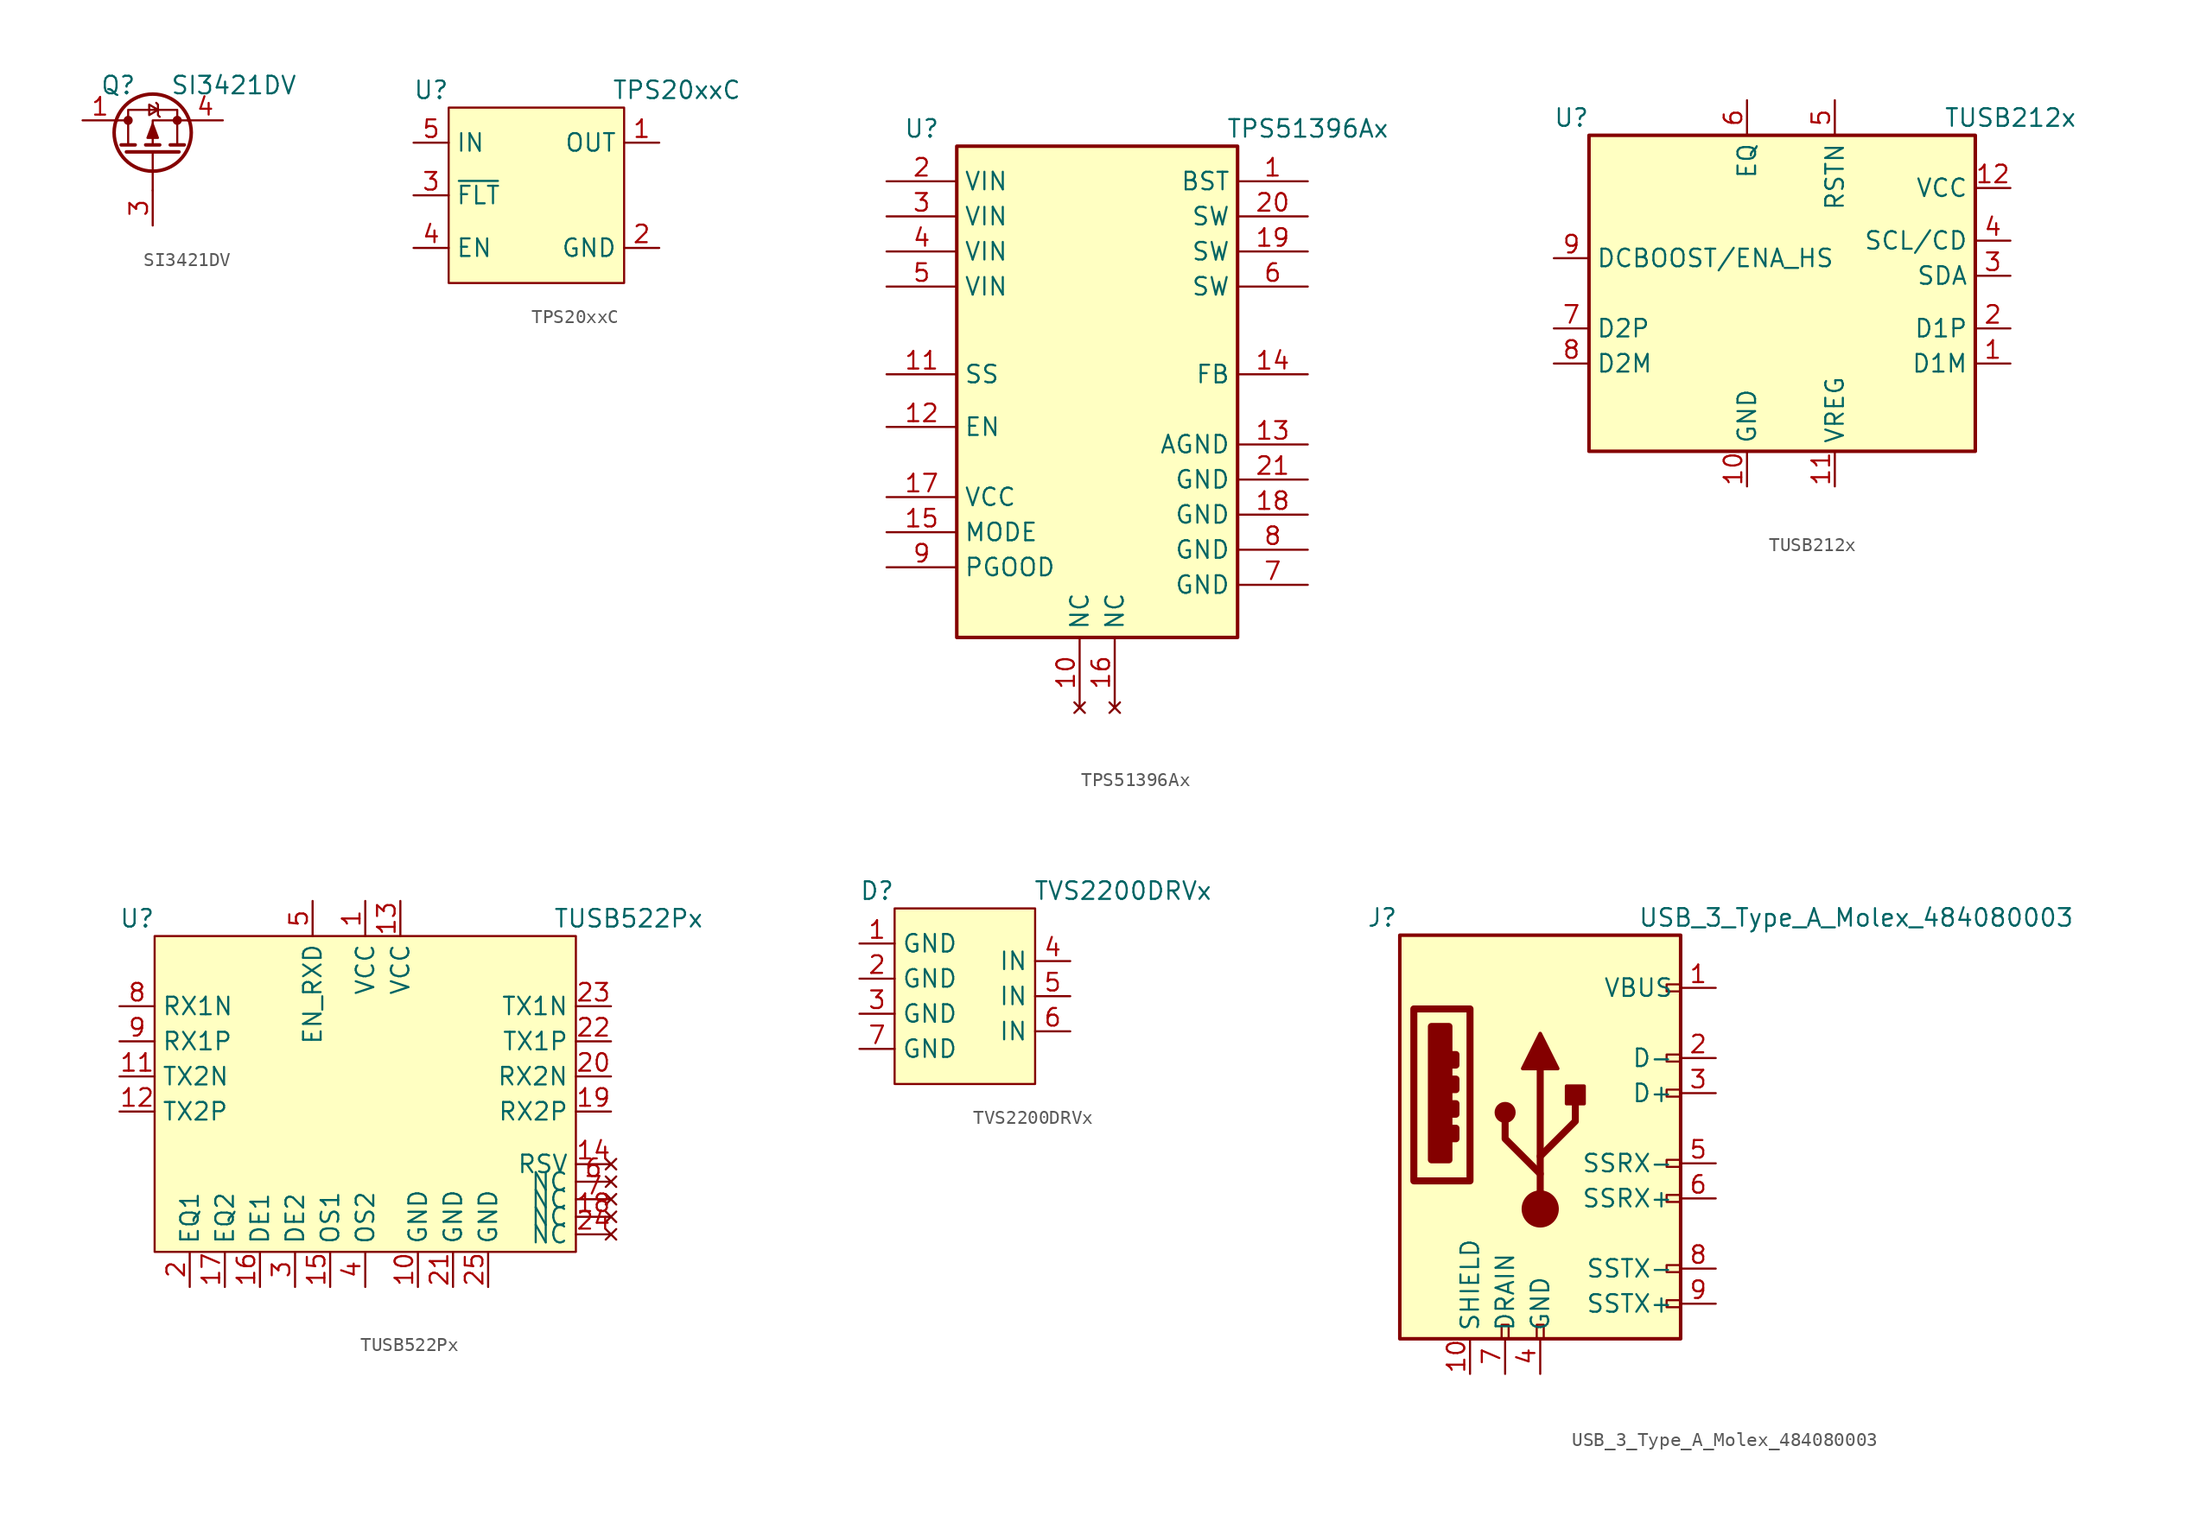
<source format=kicad_sym>
(kicad_symbol_lib
  (version 20220914)
  (generator kicad_symbol_editor)
  (symbol "SI3421DV"
    (pin_names
      (offset 0) hide)
    (property "Reference" "Q"
      (at -3.81 2.54 0)
      (effects (font (size 1.27 1.27)) (justify left)))
    (property "Value" "SI3421DV"
      (at 1.27 2.54 0)
      (effects (font (size 1.27 1.27)) (justify left)))
    (symbol "SI3421DV_0_1"
      (circle (center -1.778 0) (radius 0.254) (stroke (width 0) (type solid)) (fill (type outline)))
      (circle (center 0 -0.889) (radius 2.794) (stroke (width 0.254) (type solid)) (fill (type none)))
      (polyline (pts (xy -2.54 0) (xy -1.778 0)) (stroke (width 0) (type solid)) (fill (type none)))
      (polyline (pts (xy -2.286 -1.778) (xy -1.27 -1.778)) (stroke (width 0.254) (type solid)) (fill (type none)))
      (polyline (pts (xy -1.905 -2.286) (xy 1.905 -2.286)) (stroke (width 0.254) (type solid)) (fill (type none)))
      (polyline (pts (xy -0.508 -1.778) (xy 0.508 -1.778)) (stroke (width 0.254) (type solid)) (fill (type none)))
      (polyline (pts (xy 0 -2.286) (xy 0 -5.08)) (stroke (width 0) (type solid)) (fill (type none)))
      (polyline (pts (xy 1.27 -1.778) (xy 2.286 -1.778)) (stroke (width 0.254) (type solid)) (fill (type none)))
      (polyline (pts (xy 2.54 0) (xy 0 0) (xy 0 -1.778)) (stroke (width 0) (type solid)) (fill (type none)))
      (polyline (pts (xy -1.778 -1.778) (xy -1.778 0.762) (xy 1.778 0.762) (xy 1.778 -1.778)) (stroke (width 0) (type solid)) (fill (type none)))
      (polyline (pts (xy 0 -0.254) (xy -0.381 -1.27) (xy 0.381 -1.27) (xy 0 -0.254)) (stroke (width 0) (type solid)) (fill (type outline)))
      (polyline (pts (xy 0.381 0.762) (xy -0.254 0.381) (xy -0.254 1.143) (xy 0.381 0.762)) (stroke (width 0) (type solid)) (fill (type none)))
      (polyline (pts (xy 0.508 0.254) (xy 0.381 0.381) (xy 0.381 1.143) (xy 0.254 1.27)) (stroke (width 0) (type solid)) (fill (type none)))
      (circle (center 1.778 0) (radius 0.254) (stroke (width 0) (type solid)) (fill (type outline))))
    (symbol "SI3421DV_1_1"
      (pin passive line (at -5.08 0 0) (length 2.54) (name "D" (effects (font (size 1.27 1.27)))) (number "1" (effects (font (size 1.27 1.27)))))
      (pin passive line (at -5.08 0 0) (length 2.54) hide (name "D1" (effects (font (size 1.27 1.27)))) (number "2" (effects (font (size 1.27 1.27)))))
      (pin input line (at 0 -7.62 90) (length 2.54) (name "G" (effects (font (size 1.27 1.27)))) (number "3" (effects (font (size 1.27 1.27)))))
      (pin passive line (at 5.08 0 180) (length 2.54) (name "S" (effects (font (size 1.27 1.27)))) (number "4" (effects (font (size 1.27 1.27)))))
      (pin passive line (at -5.08 0 0) (length 2.54) hide (name "D2" (effects (font (size 1.27 1.27)))) (number "5" (effects (font (size 1.27 1.27)))))
      (pin passive line (at -5.08 0 0) (length 2.54) hide (name "D3" (effects (font (size 1.27 1.27)))) (number "6" (effects (font (size 1.27 1.27)))))))
  (symbol "TPS20xxC"
    (property "Reference" "U"
      (at -7.62 7.62 0)
      (effects (font (size 1.27 1.27))))
    (property "Value" "TPS20xxC"
      (at 10.16 7.62 0)
      (effects (font (size 1.27 1.27))))
    (symbol "TPS20xxC_1_1"
      (rectangle (start -6.35 6.35) (end 6.35 -6.35) (stroke (width 0) (type default)) (fill (type background)))
      (pin power_out line (at 8.89 3.81 180) (length 2.54) (name "OUT" (effects (font (size 1.27 1.27)))) (number "1" (effects (font (size 1.27 1.27)))))
      (pin power_in line (at 8.89 -3.81 180) (length 2.54) (name "GND" (effects (font (size 1.27 1.27)))) (number "2" (effects (font (size 1.27 1.27)))))
      (pin output line (at -8.89 0 0) (length 2.54) (name "~{FLT}" (effects (font (size 1.27 1.27)))) (number "3" (effects (font (size 1.27 1.27)))))
      (pin input line (at -8.89 -3.81 0) (length 2.54) (name "EN" (effects (font (size 1.27 1.27)))) (number "4" (effects (font (size 1.27 1.27)))))
      (pin power_in line (at -8.89 3.81 0) (length 2.54) (name "IN" (effects (font (size 1.27 1.27)))) (number "5" (effects (font (size 1.27 1.27)))))))
  (symbol "TPS51396Ax"
    (property "Reference" "U"
      (at -12.7 19.05 0)
      (effects (font (size 1.27 1.27))))
    (property "Value" "TPS51396Ax"
      (at 15.24 19.05 0)
      (effects (font (size 1.27 1.27))))
    (symbol "TPS51396Ax_1_1"
      (rectangle (start -10.16 17.78) (end 10.16 -17.78) (stroke (width 0.254) (type default)) (fill (type background)))
      (pin input line (at 15.24 15.24 180) (length 5.08) (name "BST" (effects (font (size 1.27 1.27)))) (number "1" (effects (font (size 1.27 1.27)))))
      (pin no_connect line (at -1.27 -22.86 90) (length 5.08) (name "NC" (effects (font (size 1.27 1.27)))) (number "10" (effects (font (size 1.27 1.27)))))
      (pin input line (at -15.24 1.27 0) (length 5.08) (name "SS" (effects (font (size 1.27 1.27)))) (number "11" (effects (font (size 1.27 1.27)))))
      (pin input line (at -15.24 -2.54 0) (length 5.08) (name "EN" (effects (font (size 1.27 1.27)))) (number "12" (effects (font (size 1.27 1.27)))))
      (pin power_in line (at 15.24 -3.81 180) (length 5.08) (name "AGND" (effects (font (size 1.27 1.27)))) (number "13" (effects (font (size 1.27 1.27)))))
      (pin input line (at 15.24 1.27 180) (length 5.08) (name "FB" (effects (font (size 1.27 1.27)))) (number "14" (effects (font (size 1.27 1.27)))))
      (pin input line (at -15.24 -10.16 0) (length 5.08) (name "MODE" (effects (font (size 1.27 1.27)))) (number "15" (effects (font (size 1.27 1.27)))))
      (pin no_connect line (at 1.27 -22.86 90) (length 5.08) (name "NC" (effects (font (size 1.27 1.27)))) (number "16" (effects (font (size 1.27 1.27)))))
      (pin power_out line (at -15.24 -7.62 0) (length 5.08) (name "VCC" (effects (font (size 1.27 1.27)))) (number "17" (effects (font (size 1.27 1.27)))))
      (pin power_in line (at 15.24 -8.89 180) (length 5.08) (name "GND" (effects (font (size 1.27 1.27)))) (number "18" (effects (font (size 1.27 1.27)))))
      (pin output line (at 15.24 10.16 180) (length 5.08) (name "SW" (effects (font (size 1.27 1.27)))) (number "19" (effects (font (size 1.27 1.27)))))
      (pin power_in line (at -15.24 15.24 0) (length 5.08) (name "VIN" (effects (font (size 1.27 1.27)))) (number "2" (effects (font (size 1.27 1.27)))))
      (pin output line (at 15.24 12.7 180) (length 5.08) (name "SW" (effects (font (size 1.27 1.27)))) (number "20" (effects (font (size 1.27 1.27)))))
      (pin power_in line (at 15.24 -6.35 180) (length 5.08) (name "GND" (effects (font (size 1.27 1.27)))) (number "21" (effects (font (size 1.27 1.27)))))
      (pin power_in line (at -15.24 12.7 0) (length 5.08) (name "VIN" (effects (font (size 1.27 1.27)))) (number "3" (effects (font (size 1.27 1.27)))))
      (pin power_in line (at -15.24 10.16 0) (length 5.08) (name "VIN" (effects (font (size 1.27 1.27)))) (number "4" (effects (font (size 1.27 1.27)))))
      (pin power_in line (at -15.24 7.62 0) (length 5.08) (name "VIN" (effects (font (size 1.27 1.27)))) (number "5" (effects (font (size 1.27 1.27)))))
      (pin output line (at 15.24 7.62 180) (length 5.08) (name "SW" (effects (font (size 1.27 1.27)))) (number "6" (effects (font (size 1.27 1.27)))))
      (pin power_in line (at 15.24 -13.97 180) (length 5.08) (name "GND" (effects (font (size 1.27 1.27)))) (number "7" (effects (font (size 1.27 1.27)))))
      (pin power_in line (at 15.24 -11.43 180) (length 5.08) (name "GND" (effects (font (size 1.27 1.27)))) (number "8" (effects (font (size 1.27 1.27)))))
      (pin output line (at -15.24 -12.7 0) (length 5.08) (name "PGOOD" (effects (font (size 1.27 1.27)))) (number "9" (effects (font (size 1.27 1.27)))))))
  (symbol "TUSB212x"
    (property "Reference" "U"
      (at -15.24 12.7 0)
      (effects (font (size 1.27 1.27))))
    (property "Value" "TUSB212x"
      (at 16.51 12.7 0)
      (effects (font (size 1.27 1.27))))
    (symbol "TUSB212x_1_1"
      (rectangle (start -13.97 11.43) (end 13.97 -11.43) (stroke (width 0.254) (type default)) (fill (type background)))
      (pin bidirectional line (at 16.51 -5.08 180) (length 2.54) (name "D1M" (effects (font (size 1.27 1.27)))) (number "1" (effects (font (size 1.27 1.27)))))
      (pin power_in line (at -2.54 -13.97 90) (length 2.54) (name "GND" (effects (font (size 1.27 1.27)))) (number "10" (effects (font (size 1.27 1.27)))))
      (pin output line (at 3.81 -13.97 90) (length 2.54) (name "VREG" (effects (font (size 1.27 1.27)))) (number "11" (effects (font (size 1.27 1.27)))))
      (pin power_in line (at 16.51 7.62 180) (length 2.54) (name "VCC" (effects (font (size 1.27 1.27)))) (number "12" (effects (font (size 1.27 1.27)))))
      (pin bidirectional line (at 16.51 -2.54 180) (length 2.54) (name "D1P" (effects (font (size 1.27 1.27)))) (number "2" (effects (font (size 1.27 1.27)))))
      (pin bidirectional line (at 16.51 1.27 180) (length 2.54) (name "SDA" (effects (font (size 1.27 1.27)))) (number "3" (effects (font (size 1.27 1.27)))))
      (pin bidirectional line (at 16.51 3.81 180) (length 2.54) (name "SCL/CD" (effects (font (size 1.27 1.27)))) (number "4" (effects (font (size 1.27 1.27)))))
      (pin input line (at 3.81 13.97 270) (length 2.54) (name "RSTN" (effects (font (size 1.27 1.27)))) (number "5" (effects (font (size 1.27 1.27)))))
      (pin input line (at -2.54 13.97 270) (length 2.54) (name "EQ" (effects (font (size 1.27 1.27)))) (number "6" (effects (font (size 1.27 1.27)))))
      (pin bidirectional line (at -16.51 -2.54 0) (length 2.54) (name "D2P" (effects (font (size 1.27 1.27)))) (number "7" (effects (font (size 1.27 1.27)))))
      (pin bidirectional line (at -16.51 -5.08 0) (length 2.54) (name "D2M" (effects (font (size 1.27 1.27)))) (number "8" (effects (font (size 1.27 1.27)))))
      (pin bidirectional line (at -16.51 2.54 0) (length 2.54) (name "DCBOOST/ENA_HS" (effects (font (size 1.27 1.27)))) (number "9" (effects (font (size 1.27 1.27)))))))
  (symbol "TUSB522Px"
    (property "Reference" "U"
      (at -16.51 12.7 0)
      (effects (font (size 1.27 1.27))))
    (property "Value" "TUSB522Px"
      (at 19.05 12.7 0)
      (effects (font (size 1.27 1.27))))
    (symbol "TUSB522Px_1_1"
      (rectangle (start -15.24 11.43) (end 15.24 -11.43) (stroke (width 0) (type default)) (fill (type background)))
      (pin power_in line (at 0 13.97 270) (length 2.54) (name "VCC" (effects (font (size 1.27 1.27)))) (number "1" (effects (font (size 1.27 1.27)))))
      (pin power_in line (at 3.81 -13.97 90) (length 2.54) (name "GND" (effects (font (size 1.27 1.27)))) (number "10" (effects (font (size 1.27 1.27)))))
      (pin output line (at -17.78 1.27 0) (length 2.54) (name "TX2N" (effects (font (size 1.27 1.27)))) (number "11" (effects (font (size 1.27 1.27)))))
      (pin output line (at -17.78 -1.27 0) (length 2.54) (name "TX2P" (effects (font (size 1.27 1.27)))) (number "12" (effects (font (size 1.27 1.27)))))
      (pin power_in line (at 2.54 13.97 270) (length 2.54) (name "VCC" (effects (font (size 1.27 1.27)))) (number "13" (effects (font (size 1.27 1.27)))))
      (pin no_connect line (at 17.78 -5.08 180) (length 2.54) (name "RSV" (effects (font (size 1.27 1.27)))) (number "14" (effects (font (size 1.27 1.27)))))
      (pin input line (at -2.54 -13.97 90) (length 2.54) (name "OS1" (effects (font (size 1.27 1.27)))) (number "15" (effects (font (size 1.27 1.27)))))
      (pin input line (at -7.62 -13.97 90) (length 2.54) (name "DE1" (effects (font (size 1.27 1.27)))) (number "16" (effects (font (size 1.27 1.27)))))
      (pin input line (at -10.16 -13.97 90) (length 2.54) (name "EQ2" (effects (font (size 1.27 1.27)))) (number "17" (effects (font (size 1.27 1.27)))))
      (pin no_connect line (at 17.78 -8.89 180) (length 2.54) (name "NC" (effects (font (size 1.27 1.27)))) (number "18" (effects (font (size 1.27 1.27)))))
      (pin input line (at 17.78 -1.27 180) (length 2.54) (name "RX2P" (effects (font (size 1.27 1.27)))) (number "19" (effects (font (size 1.27 1.27)))))
      (pin input line (at -12.7 -13.97 90) (length 2.54) (name "EQ1" (effects (font (size 1.27 1.27)))) (number "2" (effects (font (size 1.27 1.27)))))
      (pin input line (at 17.78 1.27 180) (length 2.54) (name "RX2N" (effects (font (size 1.27 1.27)))) (number "20" (effects (font (size 1.27 1.27)))))
      (pin power_in line (at 6.35 -13.97 90) (length 2.54) (name "GND" (effects (font (size 1.27 1.27)))) (number "21" (effects (font (size 1.27 1.27)))))
      (pin output line (at 17.78 3.81 180) (length 2.54) (name "TX1P" (effects (font (size 1.27 1.27)))) (number "22" (effects (font (size 1.27 1.27)))))
      (pin output line (at 17.78 6.35 180) (length 2.54) (name "TX1N" (effects (font (size 1.27 1.27)))) (number "23" (effects (font (size 1.27 1.27)))))
      (pin no_connect line (at 17.78 -10.16 180) (length 2.54) (name "NC" (effects (font (size 1.27 1.27)))) (number "24" (effects (font (size 1.27 1.27)))))
      (pin power_in line (at 8.89 -13.97 90) (length 2.54) (name "GND" (effects (font (size 1.27 1.27)))) (number "25" (effects (font (size 1.27 1.27)))))
      (pin input line (at -5.08 -13.97 90) (length 2.54) (name "DE2" (effects (font (size 1.27 1.27)))) (number "3" (effects (font (size 1.27 1.27)))))
      (pin input line (at 0 -13.97 90) (length 2.54) (name "OS2" (effects (font (size 1.27 1.27)))) (number "4" (effects (font (size 1.27 1.27)))))
      (pin input line (at -3.81 13.97 270) (length 2.54) (name "EN_RXD" (effects (font (size 1.27 1.27)))) (number "5" (effects (font (size 1.27 1.27)))))
      (pin no_connect line (at 17.78 -6.35 180) (length 2.54) (name "NC" (effects (font (size 1.27 1.27)))) (number "6" (effects (font (size 1.27 1.27)))))
      (pin no_connect line (at 17.78 -7.62 180) (length 2.54) (name "NC" (effects (font (size 1.27 1.27)))) (number "7" (effects (font (size 1.27 1.27)))))
      (pin input line (at -17.78 6.35 0) (length 2.54) (name "RX1N" (effects (font (size 1.27 1.27)))) (number "8" (effects (font (size 1.27 1.27)))))
      (pin input line (at -17.78 3.81 0) (length 2.54) (name "RX1P" (effects (font (size 1.27 1.27)))) (number "9" (effects (font (size 1.27 1.27)))))))
  (symbol "TVS2200DRVx"
    (property "Reference" "D"
      (at -6.35 7.62 0)
      (effects (font (size 1.27 1.27))))
    (property "Value" "TVS2200DRVx"
      (at 11.43 7.62 0)
      (effects (font (size 1.27 1.27))))
    (symbol "TVS2200DRVx_1_1"
      (rectangle (start -5.08 6.35) (end 5.08 -6.35) (stroke (width 0) (type default)) (fill (type background)))
      (pin power_in line (at -7.62 3.81 0) (length 2.54) (name "GND" (effects (font (size 1.27 1.27)))) (number "1" (effects (font (size 1.27 1.27)))))
      (pin power_in line (at -7.62 1.27 0) (length 2.54) (name "GND" (effects (font (size 1.27 1.27)))) (number "2" (effects (font (size 1.27 1.27)))))
      (pin power_in line (at -7.62 -1.27 0) (length 2.54) (name "GND" (effects (font (size 1.27 1.27)))) (number "3" (effects (font (size 1.27 1.27)))))
      (pin power_in line (at 7.62 2.54 180) (length 2.54) (name "IN" (effects (font (size 1.27 1.27)))) (number "4" (effects (font (size 1.27 1.27)))))
      (pin power_in line (at 7.62 0 180) (length 2.54) (name "IN" (effects (font (size 1.27 1.27)))) (number "5" (effects (font (size 1.27 1.27)))))
      (pin power_in line (at 7.62 -2.54 180) (length 2.54) (name "IN" (effects (font (size 1.27 1.27)))) (number "6" (effects (font (size 1.27 1.27)))))
      (pin power_in line (at -7.62 -3.81 0) (length 2.54) (name "GND" (effects (font (size 1.27 1.27)))) (number "7" (effects (font (size 1.27 1.27)))))))
  (symbol "USB_3_Type_A_Molex_484080003"
    (property "Reference" "J"
      (at -11.43 15.24 0)
      (effects (font (size 1.27 1.27))))
    (property "Value" "USB_3_Type_A_Molex_484080003"
      (at 22.86 15.24 0)
      (effects (font (size 1.27 1.27))))
    (symbol "USB_3_Type_A_Molex_484080003_0_0"
      (rectangle (start -9.144 8.636) (end -5.08 -3.81) (stroke (width 0.508) (type default)) (fill (type none)))
      (rectangle (start -7.874 7.366) (end -6.604 -2.286) (stroke (width 0.508) (type default)) (fill (type outline)))
      (rectangle (start -6.35 0) (end -6.096 -0.762) (stroke (width 0.508) (type default)) (fill (type none)))
      (rectangle (start -6.35 1.778) (end -6.096 1.016) (stroke (width 0.508) (type default)) (fill (type none)))
      (rectangle (start -6.35 3.556) (end -6.096 2.794) (stroke (width 0.508) (type default)) (fill (type none)))
      (rectangle (start -6.35 5.334) (end -6.096 4.572) (stroke (width 0.508) (type default)) (fill (type none)))
      (rectangle (start -2.794 -15.24) (end -2.286 -14.224) (stroke (width 0) (type default)) (fill (type none)))
      (rectangle (start -0.254 -15.24) (end 0.254 -14.224) (stroke (width 0) (type default)) (fill (type none)))
      (rectangle (start 10.16 -12.446) (end 9.144 -12.954) (stroke (width 0) (type default)) (fill (type none)))
      (rectangle (start 10.16 -9.906) (end 9.144 -10.414) (stroke (width 0) (type default)) (fill (type none)))
      (rectangle (start 10.16 -4.826) (end 9.144 -5.334) (stroke (width 0) (type default)) (fill (type none)))
      (rectangle (start 10.16 -2.286) (end 9.144 -2.794) (stroke (width 0) (type default)) (fill (type none)))
      (rectangle (start 10.16 2.794) (end 9.144 2.286) (stroke (width 0) (type default)) (fill (type none)))
      (rectangle (start 10.16 5.334) (end 9.144 4.826) (stroke (width 0) (type default)) (fill (type none)))
      (rectangle (start 10.16 10.414) (end 9.144 9.906) (stroke (width 0) (type default)) (fill (type none))))
    (symbol "USB_3_Type_A_Molex_484080003_0_1"
      (rectangle (start -10.16 13.97) (end 10.16 -15.24) (stroke (width 0.254) (type default)) (fill (type background))))
    (symbol "USB_3_Type_A_Molex_484080003_1_1"
      (circle (center -2.54 1.143) (radius 0.635) (stroke (width 0.254) (type default)) (fill (type outline)))
      (circle (center 0 -5.842) (radius 1.27) (stroke (width 0) (type default)) (fill (type outline)))
      (polyline (pts (xy 0 -5.842) (xy 0 4.318)) (stroke (width 0.508) (type default)) (fill (type none)))
      (polyline (pts (xy 0 -3.302) (xy -2.54 -0.762) (xy -2.54 0.508)) (stroke (width 0.508) (type default)) (fill (type none)))
      (polyline (pts (xy 0 -2.032) (xy 2.54 0.508) (xy 2.54 1.778)) (stroke (width 0.508) (type default)) (fill (type none)))
      (polyline (pts (xy -1.27 4.318) (xy 0 6.858) (xy 1.27 4.318) (xy -1.27 4.318)) (stroke (width 0.254) (type default)) (fill (type outline)))
      (rectangle (start 1.905 1.778) (end 3.175 3.048) (stroke (width 0.254) (type default)) (fill (type outline)))
      (pin passive line (at 12.7 10.16 180) (length 2.54) (name "VBUS" (effects (font (size 1.27 1.27)))) (number "1" (effects (font (size 1.27 1.27)))))
      (pin passive line (at -5.08 -17.78 90) (length 2.54) (name "SHIELD" (effects (font (size 1.27 1.27)))) (number "10" (effects (font (size 1.27 1.27)))))
      (pin bidirectional line (at 12.7 5.08 180) (length 2.54) (name "D-" (effects (font (size 1.27 1.27)))) (number "2" (effects (font (size 1.27 1.27)))))
      (pin bidirectional line (at 12.7 2.54 180) (length 2.54) (name "D+" (effects (font (size 1.27 1.27)))) (number "3" (effects (font (size 1.27 1.27)))))
      (pin power_in line (at 0 -17.78 90) (length 2.54) (name "GND" (effects (font (size 1.27 1.27)))) (number "4" (effects (font (size 1.27 1.27)))))
      (pin output line (at 12.7 -2.54 180) (length 2.54) (name "SSRX-" (effects (font (size 1.27 1.27)))) (number "5" (effects (font (size 1.27 1.27)))))
      (pin output line (at 12.7 -5.08 180) (length 2.54) (name "SSRX+" (effects (font (size 1.27 1.27)))) (number "6" (effects (font (size 1.27 1.27)))))
      (pin passive line (at -2.54 -17.78 90) (length 2.54) (name "DRAIN" (effects (font (size 1.27 1.27)))) (number "7" (effects (font (size 1.27 1.27)))))
      (pin input line (at 12.7 -10.16 180) (length 2.54) (name "SSTX-" (effects (font (size 1.27 1.27)))) (number "8" (effects (font (size 1.27 1.27)))))
      (pin input line (at 12.7 -12.7 180) (length 2.54) (name "SSTX+" (effects (font (size 1.27 1.27)))) (number "9" (effects (font (size 1.27 1.27))))))))
</source>
